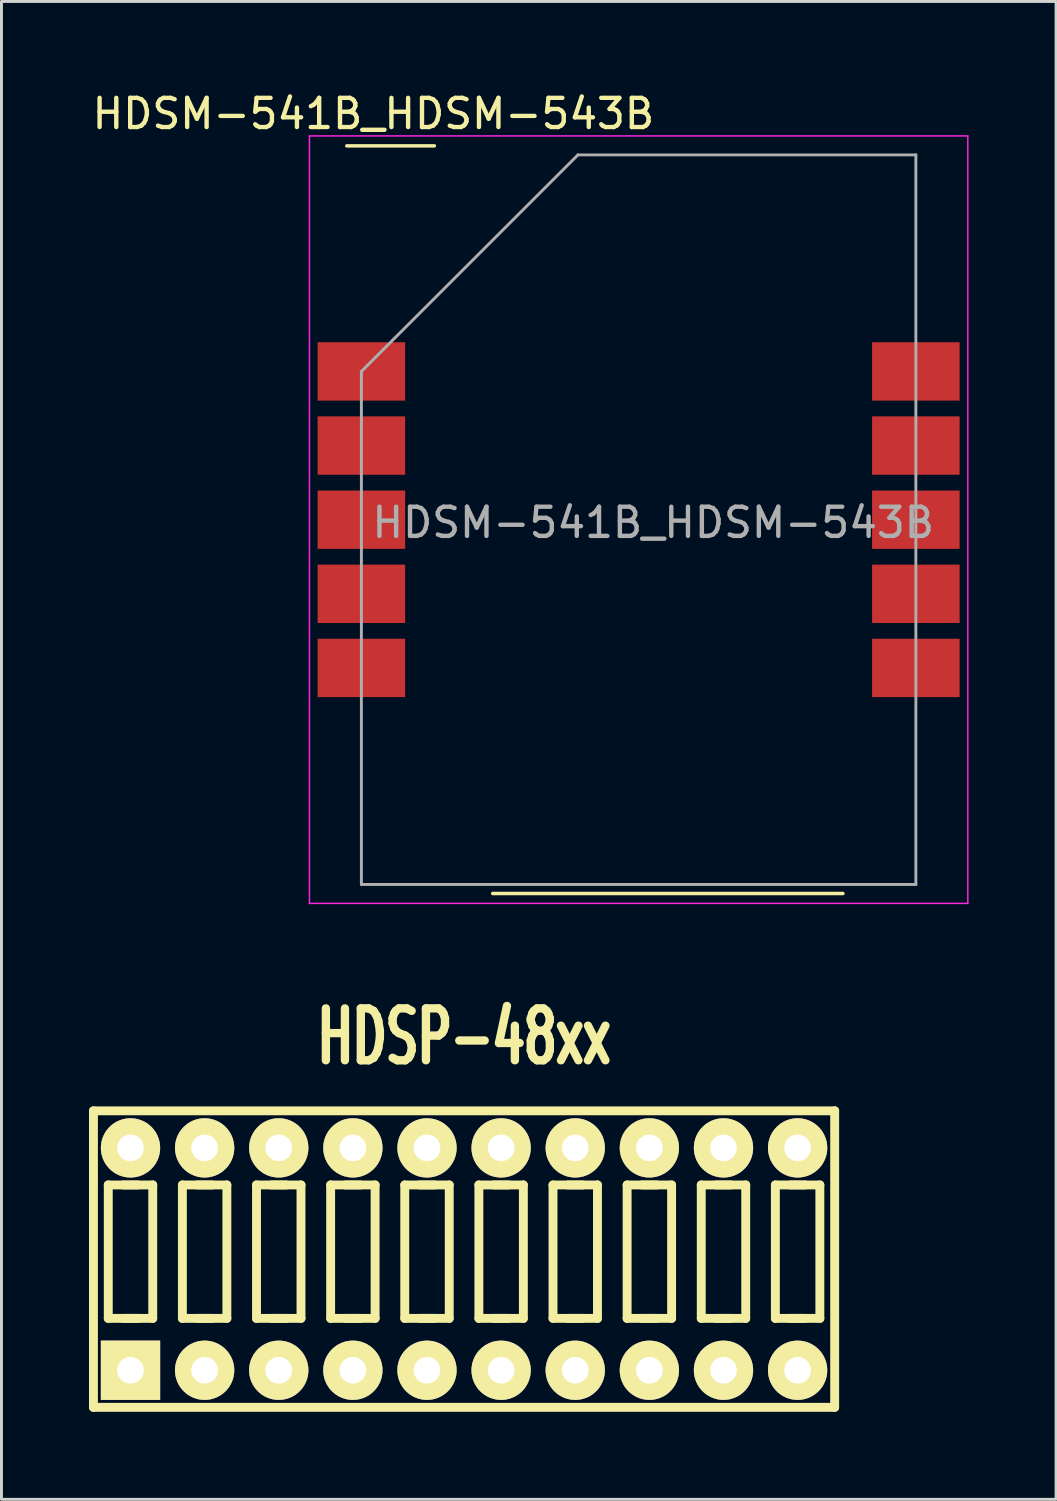
<source format=kicad_pcb>
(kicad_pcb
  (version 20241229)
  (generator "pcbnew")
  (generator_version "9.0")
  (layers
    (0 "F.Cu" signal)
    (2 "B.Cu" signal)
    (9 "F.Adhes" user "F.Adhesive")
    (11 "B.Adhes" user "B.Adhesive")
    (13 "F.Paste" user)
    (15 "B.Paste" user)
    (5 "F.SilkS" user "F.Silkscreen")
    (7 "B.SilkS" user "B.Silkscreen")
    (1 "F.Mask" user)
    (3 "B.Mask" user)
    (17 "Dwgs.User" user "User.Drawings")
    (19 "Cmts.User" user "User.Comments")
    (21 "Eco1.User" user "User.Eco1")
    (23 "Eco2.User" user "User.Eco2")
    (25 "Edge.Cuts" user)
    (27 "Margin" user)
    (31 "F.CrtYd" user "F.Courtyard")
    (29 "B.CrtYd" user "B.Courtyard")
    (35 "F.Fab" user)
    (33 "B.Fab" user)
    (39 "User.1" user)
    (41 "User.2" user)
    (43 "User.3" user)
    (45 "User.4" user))
  (footprint "HDSP-48xx"
    (layer "F.Cu")
    (at 12.852 40.095)
    (property "Reference" "HDSP-48xx" (at 0 -7.62 0) (layer "F.SilkS") (effects (font (size 1.778 1.143) (thickness 0.305))))
    (attr through_hole)
    (fp_line (start -12.7 -5.08) (end 12.7 -5.08) (stroke (width 0.305) (type solid)) (layer "F.SilkS"))
    (fp_line (start -12.7 5.08) (end -12.7 -5.08) (stroke (width 0.305) (type solid)) (layer "F.SilkS"))
    (fp_line (start -12.192 -2.54) (end -10.668 -2.54) (stroke (width 0.305) (type solid)) (layer "F.SilkS"))
    (fp_line (start -12.192 2.032) (end -12.192 -2.54) (stroke (width 0.305) (type solid)) (layer "F.SilkS"))
    (fp_line (start -11.684 -2.54) (end -11.176 -2.54) (stroke (width 0.305) (type solid)) (layer "F.SilkS"))
    (fp_line (start -11.176 2.032) (end -11.684 2.032) (stroke (width 0.305) (type solid)) (layer "F.SilkS"))
    (fp_line (start -10.668 -2.54) (end -10.668 2.032) (stroke (width 0.305) (type solid)) (layer "F.SilkS"))
    (fp_line (start -10.668 2.032) (end -12.192 2.032) (stroke (width 0.305) (type solid)) (layer "F.SilkS"))
    (fp_line (start -9.652 -2.54) (end -8.128 -2.54) (stroke (width 0.305) (type solid)) (layer "F.SilkS"))
    (fp_line (start -9.652 2.032) (end -9.652 -2.54) (stroke (width 0.305) (type solid)) (layer "F.SilkS"))
    (fp_line (start -9.144 2.032) (end -8.636 2.032) (stroke (width 0.305) (type solid)) (layer "F.SilkS"))
    (fp_line (start -8.636 -2.54) (end -9.144 -2.54) (stroke (width 0.305) (type solid)) (layer "F.SilkS"))
    (fp_line (start -8.128 -2.54) (end -8.128 2.032) (stroke (width 0.305) (type solid)) (layer "F.SilkS"))
    (fp_line (start -8.128 2.032) (end -9.652 2.032) (stroke (width 0.305) (type solid)) (layer "F.SilkS"))
    (fp_line (start -7.112 -2.54) (end -5.588 -2.54) (stroke (width 0.305) (type solid)) (layer "F.SilkS"))
    (fp_line (start -7.112 2.032) (end -7.112 -2.54) (stroke (width 0.305) (type solid)) (layer "F.SilkS"))
    (fp_line (start -6.604 2.032) (end -6.096 2.032) (stroke (width 0.305) (type solid)) (layer "F.SilkS"))
    (fp_line (start -6.096 -2.54) (end -6.604 -2.54) (stroke (width 0.305) (type solid)) (layer "F.SilkS"))
    (fp_line (start -5.588 -2.54) (end -5.588 2.032) (stroke (width 0.305) (type solid)) (layer "F.SilkS"))
    (fp_line (start -5.588 2.032) (end -7.112 2.032) (stroke (width 0.305) (type solid)) (layer "F.SilkS"))
    (fp_line (start -4.572 -2.54) (end -4.572 2.032) (stroke (width 0.305) (type solid)) (layer "F.SilkS"))
    (fp_line (start -4.572 2.032) (end -3.048 2.032) (stroke (width 0.305) (type solid)) (layer "F.SilkS"))
    (fp_line (start -4.064 2.032) (end -3.556 2.032) (stroke (width 0.305) (type solid)) (layer "F.SilkS"))
    (fp_line (start -3.556 -2.54) (end -4.064 -2.54) (stroke (width 0.305) (type solid)) (layer "F.SilkS"))
    (fp_line (start -3.048 -2.54) (end -4.572 -2.54) (stroke (width 0.305) (type solid)) (layer "F.SilkS"))
    (fp_line (start -3.048 2.032) (end -3.048 -2.54) (stroke (width 0.305) (type solid)) (layer "F.SilkS"))
    (fp_line (start -2.032 -2.54) (end -0.508 -2.54) (stroke (width 0.305) (type solid)) (layer "F.SilkS"))
    (fp_line (start -2.032 2.032) (end -2.032 -2.54) (stroke (width 0.305) (type solid)) (layer "F.SilkS"))
    (fp_line (start -1.524 2.032) (end -1.016 2.032) (stroke (width 0.305) (type solid)) (layer "F.SilkS"))
    (fp_line (start -1.016 -2.54) (end -1.524 -2.54) (stroke (width 0.305) (type solid)) (layer "F.SilkS"))
    (fp_line (start -0.508 -2.54) (end -0.508 2.032) (stroke (width 0.305) (type solid)) (layer "F.SilkS"))
    (fp_line (start -0.508 2.032) (end -2.032 2.032) (stroke (width 0.305) (type solid)) (layer "F.SilkS"))
    (fp_line (start 0.508 -2.54) (end 2.032 -2.54) (stroke (width 0.305) (type solid)) (layer "F.SilkS"))
    (fp_line (start 0.508 2.032) (end 0.508 -2.54) (stroke (width 0.305) (type solid)) (layer "F.SilkS"))
    (fp_line (start 1.016 2.032) (end 1.524 2.032) (stroke (width 0.305) (type solid)) (layer "F.SilkS"))
    (fp_line (start 1.524 -2.54) (end 1.016 -2.54) (stroke (width 0.305) (type solid)) (layer "F.SilkS"))
    (fp_line (start 2.032 -2.54) (end 2.032 2.032) (stroke (width 0.305) (type solid)) (layer "F.SilkS"))
    (fp_line (start 2.032 2.032) (end 0.508 2.032) (stroke (width 0.305) (type solid)) (layer "F.SilkS"))
    (fp_line (start 3.048 -2.54) (end 4.572 -2.54) (stroke (width 0.305) (type solid)) (layer "F.SilkS"))
    (fp_line (start 3.048 2.032) (end 3.048 -2.54) (stroke (width 0.305) (type solid)) (layer "F.SilkS"))
    (fp_line (start 3.556 2.032) (end 4.064 2.032) (stroke (width 0.305) (type solid)) (layer "F.SilkS"))
    (fp_line (start 4.064 -2.54) (end 3.556 -2.54) (stroke (width 0.305) (type solid)) (layer "F.SilkS"))
    (fp_line (start 4.572 -2.54) (end 4.572 2.032) (stroke (width 0.305) (type solid)) (layer "F.SilkS"))
    (fp_line (start 4.572 2.032) (end 3.048 2.032) (stroke (width 0.305) (type solid)) (layer "F.SilkS"))
    (fp_line (start 5.588 -2.54) (end 7.112 -2.54) (stroke (width 0.305) (type solid)) (layer "F.SilkS"))
    (fp_line (start 5.588 2.032) (end 5.588 -2.54) (stroke (width 0.305) (type solid)) (layer "F.SilkS"))
    (fp_line (start 6.096 2.032) (end 6.604 2.032) (stroke (width 0.305) (type solid)) (layer "F.SilkS"))
    (fp_line (start 6.604 -2.54) (end 6.096 -2.54) (stroke (width 0.305) (type solid)) (layer "F.SilkS"))
    (fp_line (start 7.112 -2.54) (end 7.112 2.032) (stroke (width 0.305) (type solid)) (layer "F.SilkS"))
    (fp_line (start 7.112 2.032) (end 5.588 2.032) (stroke (width 0.305) (type solid)) (layer "F.SilkS"))
    (fp_line (start 8.128 -2.54) (end 9.652 -2.54) (stroke (width 0.305) (type solid)) (layer "F.SilkS"))
    (fp_line (start 8.128 2.032) (end 8.128 -2.54) (stroke (width 0.305) (type solid)) (layer "F.SilkS"))
    (fp_line (start 8.636 2.032) (end 9.144 2.032) (stroke (width 0.305) (type solid)) (layer "F.SilkS"))
    (fp_line (start 9.144 -2.54) (end 8.636 -2.54) (stroke (width 0.305) (type solid)) (layer "F.SilkS"))
    (fp_line (start 9.652 -2.54) (end 9.652 2.032) (stroke (width 0.305) (type solid)) (layer "F.SilkS"))
    (fp_line (start 9.652 2.032) (end 8.128 2.032) (stroke (width 0.305) (type solid)) (layer "F.SilkS"))
    (fp_line (start 10.668 -2.54) (end 12.192 -2.54) (stroke (width 0.305) (type solid)) (layer "F.SilkS"))
    (fp_line (start 10.668 2.032) (end 10.668 -2.54) (stroke (width 0.305) (type solid)) (layer "F.SilkS"))
    (fp_line (start 11.176 2.032) (end 11.684 2.032) (stroke (width 0.305) (type solid)) (layer "F.SilkS"))
    (fp_line (start 11.684 -2.54) (end 11.176 -2.54) (stroke (width 0.305) (type solid)) (layer "F.SilkS"))
    (fp_line (start 12.192 -2.54) (end 12.192 2.032) (stroke (width 0.305) (type solid)) (layer "F.SilkS"))
    (fp_line (start 12.192 2.032) (end 10.668 2.032) (stroke (width 0.305) (type solid)) (layer "F.SilkS"))
    (fp_line (start 12.7 -5.08) (end 12.7 5.08) (stroke (width 0.305) (type solid)) (layer "F.SilkS"))
    (fp_line (start 12.7 5.08) (end -12.7 5.08) (stroke (width 0.305) (type solid)) (layer "F.SilkS"))
    (pad "1" thru_hole rect (at -11.43 3.81) (size 2.032 2.032) (drill 0.914) (layers "*.Cu" "*.Mask" "F.SilkS"))
    (pad "2" thru_hole circle (at -8.89 3.81) (size 2.032 2.032) (drill 0.914) (layers "*.Cu" "*.Mask" "F.SilkS"))
    (pad "3" thru_hole circle (at -6.35 3.81) (size 2.032 2.032) (drill 0.914) (layers "*.Cu" "*.Mask" "F.SilkS"))
    (pad "4" thru_hole circle (at -3.81 3.81) (size 2.032 2.032) (drill 0.914) (layers "*.Cu" "*.Mask" "F.SilkS"))
    (pad "5" thru_hole circle (at -1.27 3.81) (size 2.032 2.032) (drill 0.914) (layers "*.Cu" "*.Mask" "F.SilkS"))
    (pad "6" thru_hole circle (at 1.27 3.81) (size 2.032 2.032) (drill 0.914) (layers "*.Cu" "*.Mask" "F.SilkS"))
    (pad "7" thru_hole circle (at 3.81 3.81) (size 2.032 2.032) (drill 0.914) (layers "*.Cu" "*.Mask" "F.SilkS"))
    (pad "8" thru_hole circle (at 6.35 3.81) (size 2.032 2.032) (drill 0.914) (layers "*.Cu" "*.Mask" "F.SilkS"))
    (pad "9" thru_hole circle (at 8.89 3.81) (size 2.032 2.032) (drill 0.914) (layers "*.Cu" "*.Mask" "F.SilkS"))
    (pad "10" thru_hole circle (at 11.43 3.81) (size 2.032 2.032) (drill 0.914) (layers "*.Cu" "*.Mask" "F.SilkS"))
    (pad "11" thru_hole circle (at 11.43 -3.81) (size 2.032 2.032) (drill 0.914) (layers "*.Cu" "*.Mask" "F.SilkS"))
    (pad "12" thru_hole circle (at 8.89 -3.81) (size 2.032 2.032) (drill 0.914) (layers "*.Cu" "*.Mask" "F.SilkS"))
    (pad "13" thru_hole circle (at 6.35 -3.81) (size 2.032 2.032) (drill 0.914) (layers "*.Cu" "*.Mask" "F.SilkS"))
    (pad "14" thru_hole circle (at 3.81 -3.81) (size 2.032 2.032) (drill 0.914) (layers "*.Cu" "*.Mask" "F.SilkS"))
    (pad "15" thru_hole circle (at 1.27 -3.81) (size 2.032 2.032) (drill 0.914) (layers "*.Cu" "*.Mask" "F.SilkS"))
    (pad "16" thru_hole circle (at -1.27 -3.81) (size 2.032 2.032) (drill 0.914) (layers "*.Cu" "*.Mask" "F.SilkS"))
    (pad "17" thru_hole circle (at -3.81 -3.81) (size 2.032 2.032) (drill 0.914) (layers "*.Cu" "*.Mask" "F.SilkS"))
    (pad "18" thru_hole circle (at -6.35 -3.81) (size 2.032 2.032) (drill 0.914) (layers "*.Cu" "*.Mask" "F.SilkS"))
    (pad "19" thru_hole circle (at -8.89 -3.81) (size 2.032 2.032) (drill 0.914) (layers "*.Cu" "*.Mask" "F.SilkS"))
    (pad "20" thru_hole circle (at -11.43 -3.81) (size 2.032 2.032) (drill 0.914) (layers "*.Cu" "*.Mask" "F.SilkS")))
  (footprint "HDSM-541B_HDSM-543B"
    (layer "F.Cu")
    (at 18.834 14.758)
    (property "Reference" "HDSM-541B_HDSM-543B" (at -9.09 -13.91 0) (layer "F.SilkS") (effects (font (size 1 1) (thickness 0.15))))
    (attr smd)
    (fp_line (start -10 -12.81) (end -7 -12.81) (stroke (width 0.12) (type solid)) (layer "F.SilkS"))
    (fp_line (start -5 12.81) (end 7 12.81) (stroke (width 0.12) (type solid)) (layer "F.SilkS"))
    (fp_line (start -11.28 -13.15) (end 11.28 -13.15) (stroke (width 0.05) (type solid)) (layer "F.CrtYd"))
    (fp_line (start -11.28 13.15) (end -11.28 -13.15) (stroke (width 0.05) (type solid)) (layer "F.CrtYd"))
    (fp_line (start 11.28 -13.15) (end 11.28 13.15) (stroke (width 0.05) (type solid)) (layer "F.CrtYd"))
    (fp_line (start 11.28 13.15) (end -11.28 13.15) (stroke (width 0.05) (type solid)) (layer "F.CrtYd"))
    (fp_line (start -9.5 -5.08) (end -2.08 -12.5) (stroke (width 0.1) (type solid)) (layer "F.Fab"))
    (fp_line (start -9.5 12.5) (end -9.5 -5.08) (stroke (width 0.1) (type solid)) (layer "F.Fab"))
    (fp_line (start -2.08 -12.5) (end 9.5 -12.5) (stroke (width 0.1) (type solid)) (layer "F.Fab"))
    (fp_line (start 9.5 -12.5) (end 9.5 12.5) (stroke (width 0.1) (type solid)) (layer "F.Fab"))
    (fp_line (start 9.5 12.5) (end -9.5 12.5) (stroke (width 0.1) (type solid)) (layer "F.Fab"))
    (fp_text user "${REFERENCE}" (at 0.5 0.1 0) (layer "F.Fab") (effects (font (size 1 1) (thickness 0.15))))
    (pad "1" smd rect (at -9.5 -5.08) (size 3 2) (layers "F.Cu" "F.Mask" "F.Paste"))
    (pad "2" smd rect (at -9.5 -2.54) (size 3 2) (layers "F.Cu" "F.Mask" "F.Paste"))
    (pad "3" smd rect (at -9.5 0) (size 3 2) (layers "F.Cu" "F.Mask" "F.Paste"))
    (pad "4" smd rect (at -9.5 2.54) (size 3 2) (layers "F.Cu" "F.Mask" "F.Paste"))
    (pad "5" smd rect (at -9.5 5.08) (size 3 2) (layers "F.Cu" "F.Mask" "F.Paste"))
    (pad "6" smd rect (at 9.5 5.08) (size 3 2) (layers "F.Cu" "F.Mask" "F.Paste"))
    (pad "7" smd rect (at 9.5 2.54) (size 3 2) (layers "F.Cu" "F.Mask" "F.Paste"))
    (pad "8" smd rect (at 9.5 0) (size 3 2) (layers "F.Cu" "F.Mask" "F.Paste"))
    (pad "9" smd rect (at 9.5 -2.54) (size 3 2) (layers "F.Cu" "F.Mask" "F.Paste"))
    (pad "10" smd rect (at 9.5 -5.08) (size 3 2) (layers "F.Cu" "F.Mask" "F.Paste")))
  (gr_rect
    (start -3 -3)
    (end 33.139 48.327)
    (stroke (width 0.1) (type default))
    (fill no)
    (layer "Edge.Cuts")))
</source>
